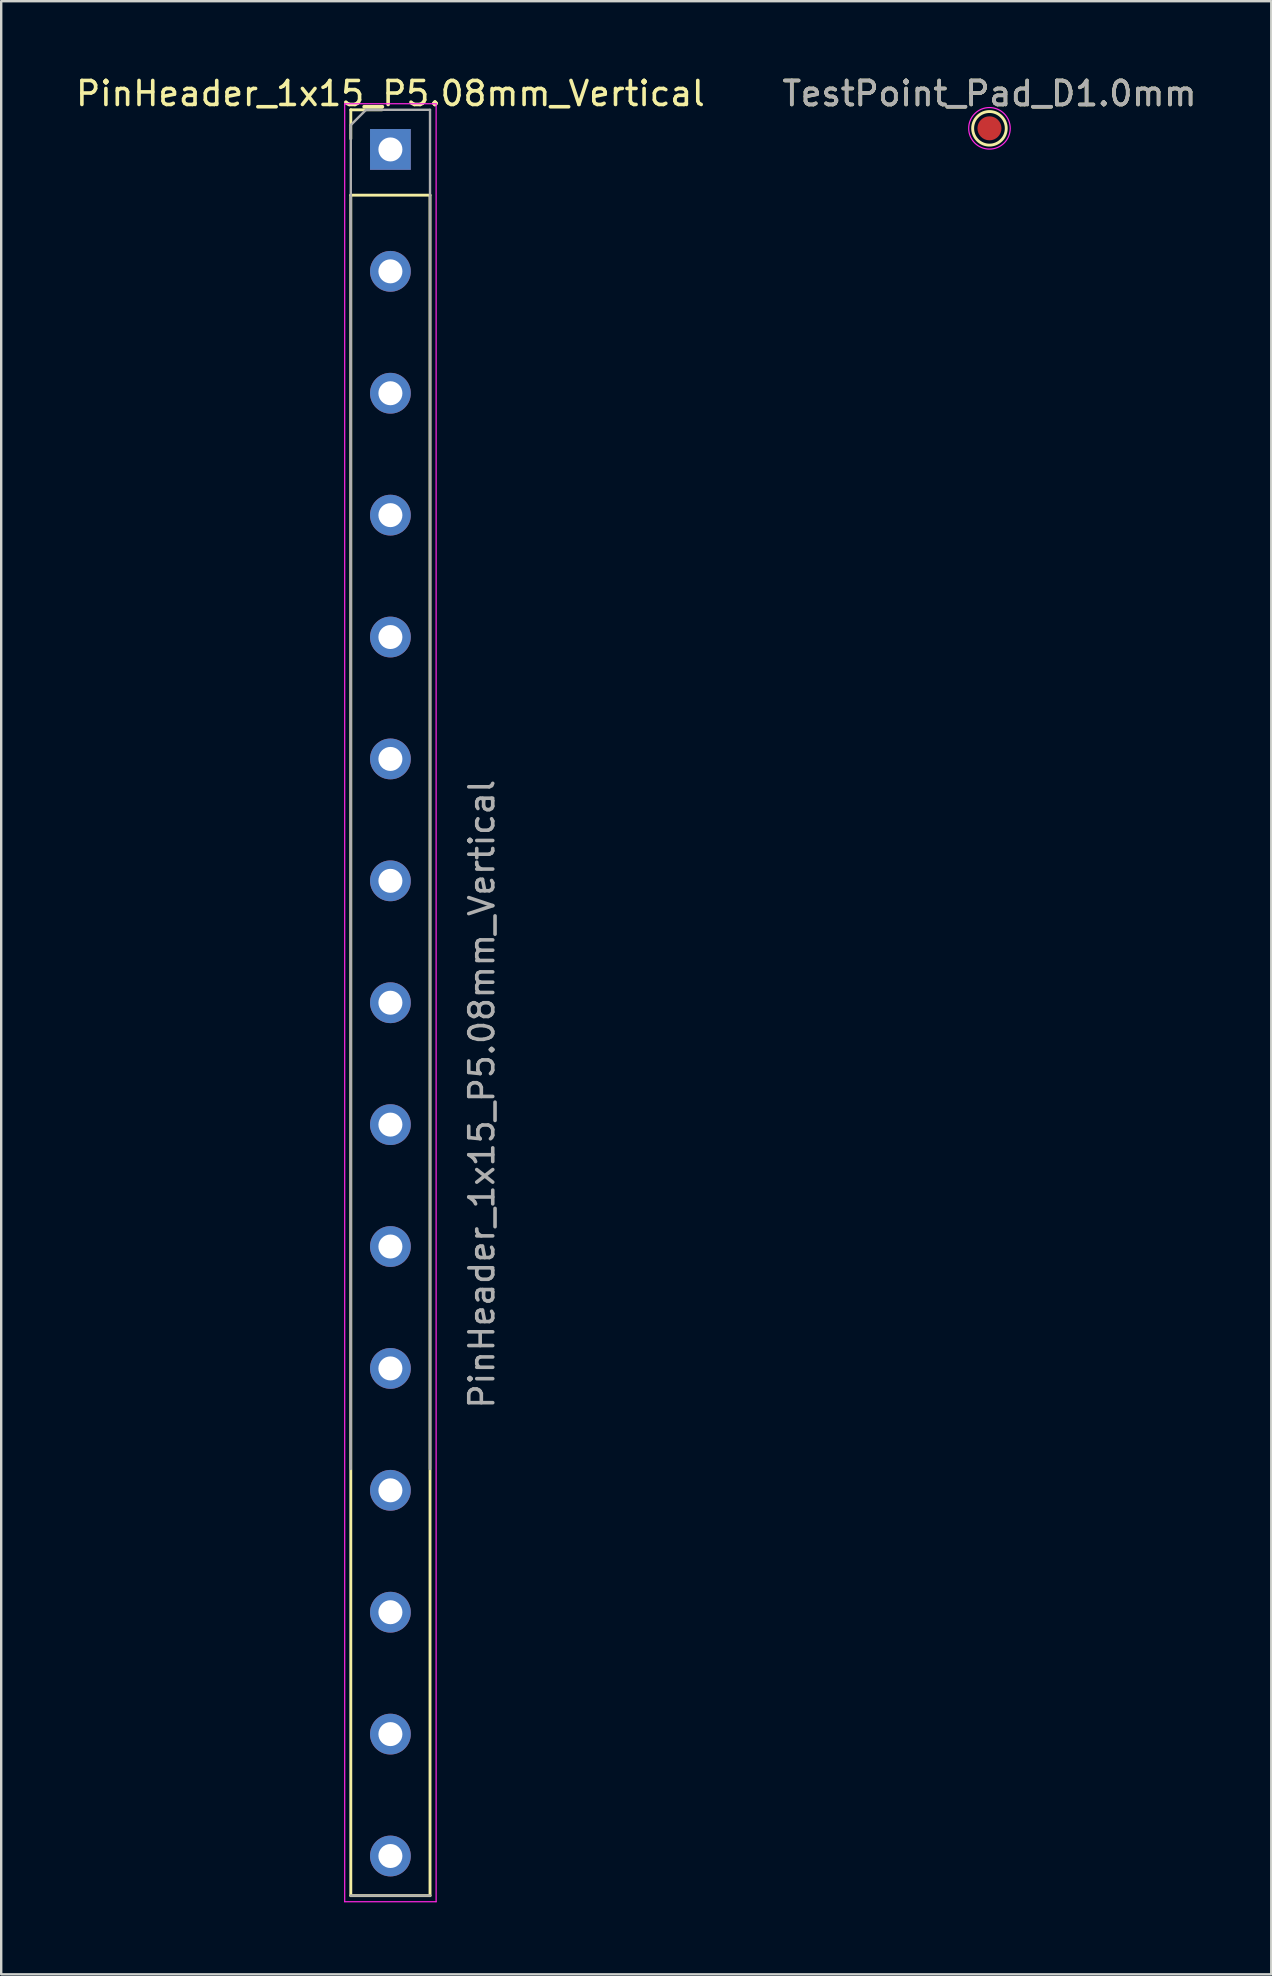
<source format=kicad_pcb>
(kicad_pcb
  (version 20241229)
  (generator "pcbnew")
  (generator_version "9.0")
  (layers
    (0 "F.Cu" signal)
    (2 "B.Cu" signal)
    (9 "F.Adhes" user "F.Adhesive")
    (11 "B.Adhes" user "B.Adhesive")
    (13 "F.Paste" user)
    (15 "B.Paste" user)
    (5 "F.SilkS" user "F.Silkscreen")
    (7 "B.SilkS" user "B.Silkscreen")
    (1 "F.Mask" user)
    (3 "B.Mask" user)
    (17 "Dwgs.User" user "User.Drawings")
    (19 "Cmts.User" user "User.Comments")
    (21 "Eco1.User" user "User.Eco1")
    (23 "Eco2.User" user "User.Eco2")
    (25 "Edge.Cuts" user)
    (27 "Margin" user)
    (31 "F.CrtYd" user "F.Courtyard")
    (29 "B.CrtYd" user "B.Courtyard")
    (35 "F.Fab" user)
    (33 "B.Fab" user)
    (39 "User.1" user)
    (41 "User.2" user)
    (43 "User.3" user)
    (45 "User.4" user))
  (footprint "TestPoint_Pad_D1.0mm"
    (layer "F.Cu")
    (at 38.185 2.298)
    (property "Reference" "TestPoint_Pad_D1.0mm" (at 0 -1.448 0) (layer "F.SilkS") (effects (font (size 1 1) (thickness 0.15))))
    (attr exclude_from_pos_files exclude_from_bom)
    (fp_circle (center 0 0) (end 0 0.7) (stroke (width 0.12) (type solid)) (fill no) (layer "F.SilkS"))
    (fp_circle (center 0 0) (end 0.864 0.051) (stroke (width 0.05) (type solid)) (fill no) (layer "F.CrtYd"))
    (fp_text user "${REFERENCE}" (at 0 -1.45 0) (layer "F.Fab") (effects (font (size 1 1) (thickness 0.15))))
    (pad "1" smd circle (at 0 0) (size 1 1) (layers "F.Cu" "F.Mask")))
  (footprint "PinHeader_1x15_P5.08mm_Vertical"
    (layer "F.Cu")
    (at 13.22 3.178)
    (property "Reference" "PinHeader_1x15_P5.08mm_Vertical" (at 0 -2.33 180) (layer "F.SilkS") (effects (font (size 1 1) (thickness 0.15))))
    (attr through_hole)
    (fp_line (start -1.651 -1.651) (end -0.351 -1.651) (stroke (width 0.12) (type solid)) (layer "F.SilkS"))
    (fp_line (start -1.651 -0.445) (end -1.651 -1.651) (stroke (width 0.12) (type solid)) (layer "F.SilkS"))
    (fp_line (start -1.651 1.905) (end -1.651 72.771) (stroke (width 0.12) (type solid)) (layer "F.SilkS"))
    (fp_line (start -1.651 1.905) (end 1.651 1.905) (stroke (width 0.12) (type solid)) (layer "F.SilkS"))
    (fp_line (start -1.651 72.771) (end 1.651 72.771) (stroke (width 0.12) (type solid)) (layer "F.SilkS"))
    (fp_line (start 1.651 1.905) (end 1.651 72.771) (stroke (width 0.12) (type solid)) (layer "F.SilkS"))
    (fp_line (start -1.905 -1.905) (end -1.905 73.025) (stroke (width 0.05) (type solid)) (layer "F.CrtYd"))
    (fp_line (start -1.905 73.025) (end 1.905 73.025) (stroke (width 0.05) (type solid)) (layer "F.CrtYd"))
    (fp_line (start 1.905 -1.905) (end -1.905 -1.905) (stroke (width 0.05) (type solid)) (layer "F.CrtYd"))
    (fp_line (start 1.905 73.025) (end 1.905 -1.905) (stroke (width 0.05) (type solid)) (layer "F.CrtYd"))
    (fp_line (start -1.651 -1.016) (end -1.016 -1.651) (stroke (width 0.1) (type solid)) (layer "F.Fab"))
    (fp_line (start -1.651 54.991) (end -1.651 -1.016) (stroke (width 0.1) (type solid)) (layer "F.Fab"))
    (fp_line (start -1.016 -1.651) (end 1.651 -1.651) (stroke (width 0.1) (type solid)) (layer "F.Fab"))
    (fp_line (start 1.651 -1.651) (end 1.651 54.991) (stroke (width 0.1) (type solid)) (layer "F.Fab"))
    (fp_line (start 1.651 72.771) (end -1.651 72.771) (stroke (width 0.1) (type solid)) (layer "F.Fab"))
    (fp_text user "${REFERENCE}" (at 3.81 39.37 270) (layer "F.Fab") (effects (font (size 1 1) (thickness 0.15))))
    (pad "1" thru_hole rect (at 0 0) (size 1.7 1.7) (drill 1) (layers "*.Cu" "*.Mask"))
    (pad "2" thru_hole oval (at 0 5.08) (size 1.7 1.7) (drill 1) (layers "*.Cu" "*.Mask"))
    (pad "3" thru_hole oval (at 0 10.16) (size 1.7 1.7) (drill 1) (layers "*.Cu" "*.Mask"))
    (pad "4" thru_hole oval (at 0 15.24) (size 1.7 1.7) (drill 1) (layers "*.Cu" "*.Mask"))
    (pad "5" thru_hole oval (at 0 20.32) (size 1.7 1.7) (drill 1) (layers "*.Cu" "*.Mask"))
    (pad "6" thru_hole oval (at 0 25.4) (size 1.7 1.7) (drill 1) (layers "*.Cu" "*.Mask"))
    (pad "7" thru_hole oval (at 0 30.48) (size 1.7 1.7) (drill 1) (layers "*.Cu" "*.Mask"))
    (pad "8" thru_hole oval (at 0 35.56) (size 1.7 1.7) (drill 1) (layers "*.Cu" "*.Mask"))
    (pad "9" thru_hole oval (at 0 40.64) (size 1.7 1.7) (drill 1) (layers "*.Cu" "*.Mask"))
    (pad "10" thru_hole oval (at 0 45.72) (size 1.7 1.7) (drill 1) (layers "*.Cu" "*.Mask"))
    (pad "11" thru_hole oval (at 0 50.8) (size 1.7 1.7) (drill 1) (layers "*.Cu" "*.Mask"))
    (pad "12" thru_hole oval (at 0 55.88) (size 1.7 1.7) (drill 1) (layers "*.Cu" "*.Mask"))
    (pad "13" thru_hole oval (at 0 60.96) (size 1.7 1.7) (drill 1) (layers "*.Cu" "*.Mask"))
    (pad "14" thru_hole oval (at 0 66.04) (size 1.7 1.7) (drill 1) (layers "*.Cu" "*.Mask"))
    (pad "15" thru_hole oval (at 0 71.12) (size 1.7 1.7) (drill 1) (layers "*.Cu" "*.Mask")))
  (gr_rect
    (start -3 -3)
    (end 49.929 79.228)
    (stroke (width 0.1) (type default))
    (fill no)
    (layer "Edge.Cuts")))
</source>
